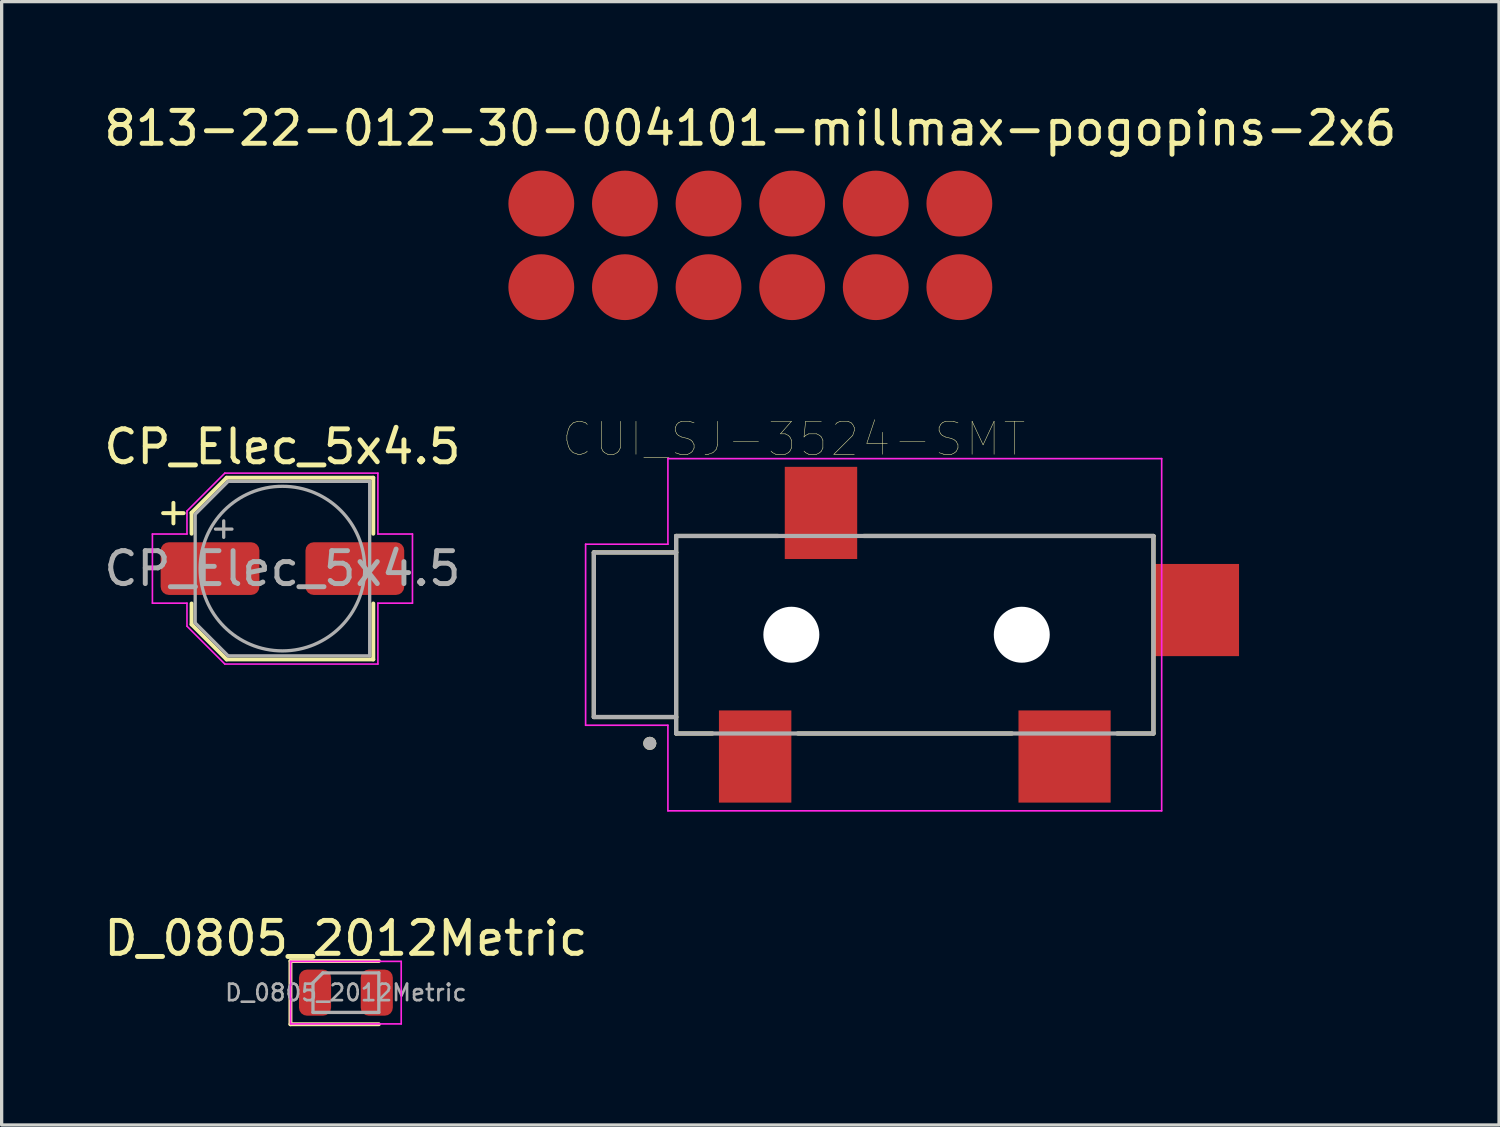
<source format=kicad_pcb>
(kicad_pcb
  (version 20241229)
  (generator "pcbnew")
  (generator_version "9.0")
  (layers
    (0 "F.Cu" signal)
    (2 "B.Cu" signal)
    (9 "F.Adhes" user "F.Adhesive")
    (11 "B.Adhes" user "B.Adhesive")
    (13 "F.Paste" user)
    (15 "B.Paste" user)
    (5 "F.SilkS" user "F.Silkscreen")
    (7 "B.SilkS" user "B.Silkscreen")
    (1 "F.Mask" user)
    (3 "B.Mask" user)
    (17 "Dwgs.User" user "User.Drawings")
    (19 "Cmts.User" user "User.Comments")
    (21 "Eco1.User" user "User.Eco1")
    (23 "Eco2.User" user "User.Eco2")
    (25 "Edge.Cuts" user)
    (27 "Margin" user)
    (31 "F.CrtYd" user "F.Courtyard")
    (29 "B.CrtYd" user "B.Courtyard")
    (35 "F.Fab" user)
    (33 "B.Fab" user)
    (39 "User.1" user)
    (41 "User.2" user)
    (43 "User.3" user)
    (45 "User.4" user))
  (footprint "CUI_SJ-3524-SMT"
    (layer "F.Cu")
    (at 20.99 16.232)
    (property "Reference" "CUI_SJ-3524-SMT" (at 0.075 -5.945 0) (layer "F.SilkS") (effects (font (size 1.002 1.002) (thickness 0.015))))
    (attr through_hole)
    (fp_line (start -6 -2.5) (end -6 2.5) (stroke (width 0.127) (type solid)) (layer "F.SilkS"))
    (fp_line (start -6 2.5) (end -3.5 2.5) (stroke (width 0.127) (type solid)) (layer "F.SilkS"))
    (fp_line (start -3.5 -3) (end -0.4 -3) (stroke (width 0.127) (type solid)) (layer "F.SilkS"))
    (fp_line (start -3.5 -2.5) (end -6 -2.5) (stroke (width 0.127) (type solid)) (layer "F.SilkS"))
    (fp_line (start -3.5 -2.5) (end -3.5 -3) (stroke (width 0.127) (type solid)) (layer "F.SilkS"))
    (fp_line (start -3.5 2.5) (end -3.5 -2.5) (stroke (width 0.127) (type solid)) (layer "F.SilkS"))
    (fp_line (start -3.5 3) (end -3.5 2.5) (stroke (width 0.127) (type solid)) (layer "F.SilkS"))
    (fp_line (start -3.5 3) (end -2.4 3) (stroke (width 0.127) (type solid)) (layer "F.SilkS"))
    (fp_line (start 0.2 3) (end 6.7 3) (stroke (width 0.127) (type solid)) (layer "F.SilkS"))
    (fp_line (start 2.2 -3) (end 11 -3) (stroke (width 0.127) (type solid)) (layer "F.SilkS"))
    (fp_line (start 9.9 3) (end 11 3) (stroke (width 0.127) (type solid)) (layer "F.SilkS"))
    (fp_line (start 11 -3) (end 11 3) (stroke (width 0.127) (type solid)) (layer "F.SilkS"))
    (fp_circle (center -4.3 3.3) (end -4.2 3.3) (stroke (width 0.2) (type solid)) (fill no) (layer "F.SilkS"))
    (fp_line (start -6.25 -2.75) (end -6.25 2.75) (stroke (width 0.05) (type solid)) (layer "F.CrtYd"))
    (fp_line (start -6.25 2.75) (end -3.75 2.75) (stroke (width 0.05) (type solid)) (layer "F.CrtYd"))
    (fp_line (start -3.75 -5.35) (end -3.75 -2.75) (stroke (width 0.05) (type solid)) (layer "F.CrtYd"))
    (fp_line (start -3.75 -5.35) (end 11.25 -5.35) (stroke (width 0.05) (type solid)) (layer "F.CrtYd"))
    (fp_line (start -3.75 -2.75) (end -6.25 -2.75) (stroke (width 0.05) (type solid)) (layer "F.CrtYd"))
    (fp_line (start -3.75 2.75) (end -3.75 5.35) (stroke (width 0.05) (type solid)) (layer "F.CrtYd"))
    (fp_line (start 11.25 -5.35) (end 11.25 5.35) (stroke (width 0.05) (type solid)) (layer "F.CrtYd"))
    (fp_line (start 11.25 5.35) (end -3.75 5.35) (stroke (width 0.05) (type solid)) (layer "F.CrtYd"))
    (fp_line (start -6 -2.5) (end -6 2.5) (stroke (width 0.127) (type solid)) (layer "F.Fab"))
    (fp_line (start -6 2.5) (end -3.5 2.5) (stroke (width 0.127) (type solid)) (layer "F.Fab"))
    (fp_line (start -3.5 -3) (end 11 -3) (stroke (width 0.127) (type solid)) (layer "F.Fab"))
    (fp_line (start -3.5 -2.5) (end -6 -2.5) (stroke (width 0.127) (type solid)) (layer "F.Fab"))
    (fp_line (start -3.5 3) (end -3.5 -3) (stroke (width 0.127) (type solid)) (layer "F.Fab"))
    (fp_line (start 11 -3) (end 11 3) (stroke (width 0.127) (type solid)) (layer "F.Fab"))
    (fp_line (start 11 3) (end -3.5 3) (stroke (width 0.127) (type solid)) (layer "F.Fab"))
    (fp_circle (center -4.3 3.3) (end -4.2 3.3) (stroke (width 0.2) (type solid)) (fill no) (layer "F.Fab"))
    (pad "" np_thru_hole circle (at 0 0) (size 1.7 1.7) (drill 1.7) (layers "*.Cu" "*.Mask"))
    (pad "" np_thru_hole circle (at 7 0) (size 1.7 1.7) (drill 1.7) (layers "*.Cu" "*.Mask"))
    (pad "1" smd rect (at -1.1 3.7) (size 2.2 2.8) (layers "F.Cu" "F.Mask" "F.Paste"))
    (pad "2" smd rect (at 8.3 3.7) (size 2.8 2.8) (layers "F.Cu" "F.Mask" "F.Paste"))
    (pad "3" smd rect (at 0.9 -3.7) (size 2.2 2.8) (layers "F.Cu" "F.Mask" "F.Paste"))
    (pad "4" smd rect (at 12.3 -0.75) (size 2.6 2.8) (layers "F.Cu" "F.Mask" "F.Paste")))
  (footprint "813-22-012-30-004101-millmax-pogopins-2x6"
    (layer "F.Cu")
    (at 19.744 4.404)
    (property "Reference" "813-22-012-30-004101-millmax-pogopins-2x6" (at 0 -3.556 0) (layer "F.SilkS") (effects (font (size 1 1) (thickness 0.15))))
    (attr smd)
    (pad "1" smd circle (at 6.35 1.27) (size 2 2) (layers "F.Cu" "F.Mask" "F.Paste"))
    (pad "2" smd circle (at 6.35 -1.27) (size 2 2) (layers "F.Cu" "F.Mask" "F.Paste"))
    (pad "3" smd circle (at 3.81 1.27) (size 2 2) (layers "F.Cu" "F.Mask" "F.Paste"))
    (pad "4" smd circle (at 3.81 -1.27) (size 2 2) (layers "F.Cu" "F.Mask" "F.Paste"))
    (pad "5" smd circle (at 1.27 1.27) (size 2 2) (layers "F.Cu" "F.Mask" "F.Paste"))
    (pad "6" smd circle (at 1.27 -1.27) (size 2 2) (layers "F.Cu" "F.Mask" "F.Paste"))
    (pad "7" smd circle (at -1.27 1.27) (size 2 2) (layers "F.Cu" "F.Mask" "F.Paste"))
    (pad "8" smd circle (at -1.27 -1.27) (size 2 2) (layers "F.Cu" "F.Mask" "F.Paste"))
    (pad "9" smd circle (at -3.81 1.27) (size 2 2) (layers "F.Cu" "F.Mask" "F.Paste"))
    (pad "10" smd circle (at -3.81 -1.27) (size 2 2) (layers "F.Cu" "F.Mask" "F.Paste"))
    (pad "11" smd circle (at -6.35 1.27) (size 2 2) (layers "F.Cu" "F.Mask" "F.Paste"))
    (pad "12" smd circle (at -6.35 -1.27) (size 2 2) (layers "F.Cu" "F.Mask" "F.Paste")))
  (footprint "CP_Elec_5x4.5"
    (layer "F.Cu")
    (at 5.53 14.223)
    (property "Reference" "CP_Elec_5x4.5" (at 0 -3.7 0) (layer "F.SilkS") (effects (font (size 1 1) (thickness 0.15))))
    (attr smd)
    (fp_line (start -3.625 -1.685) (end -3 -1.685) (stroke (width 0.12) (type solid)) (layer "F.SilkS"))
    (fp_line (start -3.312 -1.998) (end -3.312 -1.373) (stroke (width 0.12) (type solid)) (layer "F.SilkS"))
    (fp_line (start -2.76 -1.696) (end -2.76 -1.06) (stroke (width 0.12) (type solid)) (layer "F.SilkS"))
    (fp_line (start -2.76 -1.696) (end -1.696 -2.76) (stroke (width 0.12) (type solid)) (layer "F.SilkS"))
    (fp_line (start -2.76 1.696) (end -2.76 1.06) (stroke (width 0.12) (type solid)) (layer "F.SilkS"))
    (fp_line (start -2.76 1.696) (end -1.696 2.76) (stroke (width 0.12) (type solid)) (layer "F.SilkS"))
    (fp_line (start -1.696 -2.76) (end 2.76 -2.76) (stroke (width 0.12) (type solid)) (layer "F.SilkS"))
    (fp_line (start -1.696 2.76) (end 2.76 2.76) (stroke (width 0.12) (type solid)) (layer "F.SilkS"))
    (fp_line (start 2.76 -2.76) (end 2.76 -1.06) (stroke (width 0.12) (type solid)) (layer "F.SilkS"))
    (fp_line (start 2.76 2.76) (end 2.76 1.06) (stroke (width 0.12) (type solid)) (layer "F.SilkS"))
    (fp_line (start -3.95 -1.05) (end -3.95 1.05) (stroke (width 0.05) (type solid)) (layer "F.CrtYd"))
    (fp_line (start -3.95 1.05) (end -2.9 1.05) (stroke (width 0.05) (type solid)) (layer "F.CrtYd"))
    (fp_line (start -2.9 -1.75) (end -2.9 -1.05) (stroke (width 0.05) (type solid)) (layer "F.CrtYd"))
    (fp_line (start -2.9 -1.75) (end -1.75 -2.9) (stroke (width 0.05) (type solid)) (layer "F.CrtYd"))
    (fp_line (start -2.9 -1.05) (end -3.95 -1.05) (stroke (width 0.05) (type solid)) (layer "F.CrtYd"))
    (fp_line (start -2.9 1.05) (end -2.9 1.75) (stroke (width 0.05) (type solid)) (layer "F.CrtYd"))
    (fp_line (start -2.9 1.75) (end -1.75 2.9) (stroke (width 0.05) (type solid)) (layer "F.CrtYd"))
    (fp_line (start -1.75 -2.9) (end 2.9 -2.9) (stroke (width 0.05) (type solid)) (layer "F.CrtYd"))
    (fp_line (start -1.75 2.9) (end 2.9 2.9) (stroke (width 0.05) (type solid)) (layer "F.CrtYd"))
    (fp_line (start 2.9 -2.9) (end 2.9 -1.05) (stroke (width 0.05) (type solid)) (layer "F.CrtYd"))
    (fp_line (start 2.9 -1.05) (end 3.95 -1.05) (stroke (width 0.05) (type solid)) (layer "F.CrtYd"))
    (fp_line (start 2.9 1.05) (end 2.9 2.9) (stroke (width 0.05) (type solid)) (layer "F.CrtYd"))
    (fp_line (start 3.95 -1.05) (end 3.95 1.05) (stroke (width 0.05) (type solid)) (layer "F.CrtYd"))
    (fp_line (start 3.95 1.05) (end 2.9 1.05) (stroke (width 0.05) (type solid)) (layer "F.CrtYd"))
    (fp_line (start -2.65 -1.65) (end -2.65 1.65) (stroke (width 0.1) (type solid)) (layer "F.Fab"))
    (fp_line (start -2.65 -1.65) (end -1.65 -2.65) (stroke (width 0.1) (type solid)) (layer "F.Fab"))
    (fp_line (start -2.65 1.65) (end -1.65 2.65) (stroke (width 0.1) (type solid)) (layer "F.Fab"))
    (fp_line (start -2.034 -1.2) (end -1.534 -1.2) (stroke (width 0.1) (type solid)) (layer "F.Fab"))
    (fp_line (start -1.784 -1.45) (end -1.784 -0.95) (stroke (width 0.1) (type solid)) (layer "F.Fab"))
    (fp_line (start -1.65 -2.65) (end 2.65 -2.65) (stroke (width 0.1) (type solid)) (layer "F.Fab"))
    (fp_line (start -1.65 2.65) (end 2.65 2.65) (stroke (width 0.1) (type solid)) (layer "F.Fab"))
    (fp_line (start 2.65 -2.65) (end 2.65 2.65) (stroke (width 0.1) (type solid)) (layer "F.Fab"))
    (fp_circle (center 0 0) (end 2.5 0) (stroke (width 0.1) (type solid)) (fill no) (layer "F.Fab"))
    (fp_text user "${REFERENCE}" (at 0 0 0) (layer "F.Fab") (effects (font (size 1 1) (thickness 0.15))))
    (pad "1" smd roundrect (at -2.2 0) (size 3 1.6) (layers "F.Cu" "F.Mask" "F.Paste") (roundrect_rratio 0.156))
    (pad "2" smd roundrect (at 2.2 0) (size 3 1.6) (layers "F.Cu" "F.Mask" "F.Paste") (roundrect_rratio 0.156)))
  (footprint "D_0805_2012Metric"
    (layer "F.Cu")
    (at 7.458 27.105)
    (property "Reference" "D_0805_2012Metric" (at 0 -1.65 0) (layer "F.SilkS") (effects (font (size 1 1) (thickness 0.15))))
    (attr smd)
    (fp_line (start -1.685 -0.96) (end -1.685 0.96) (stroke (width 0.12) (type solid)) (layer "F.SilkS"))
    (fp_line (start -1.685 0.96) (end 1 0.96) (stroke (width 0.12) (type solid)) (layer "F.SilkS"))
    (fp_line (start 1 -0.96) (end -1.685 -0.96) (stroke (width 0.12) (type solid)) (layer "F.SilkS"))
    (fp_line (start -1.68 -0.95) (end 1.68 -0.95) (stroke (width 0.05) (type solid)) (layer "F.CrtYd"))
    (fp_line (start -1.68 0.95) (end -1.68 -0.95) (stroke (width 0.05) (type solid)) (layer "F.CrtYd"))
    (fp_line (start 1.68 -0.95) (end 1.68 0.95) (stroke (width 0.05) (type solid)) (layer "F.CrtYd"))
    (fp_line (start 1.68 0.95) (end -1.68 0.95) (stroke (width 0.05) (type solid)) (layer "F.CrtYd"))
    (fp_line (start -1 -0.3) (end -1 0.6) (stroke (width 0.1) (type solid)) (layer "F.Fab"))
    (fp_line (start -1 0.6) (end 1 0.6) (stroke (width 0.1) (type solid)) (layer "F.Fab"))
    (fp_line (start -0.7 -0.6) (end -1 -0.3) (stroke (width 0.1) (type solid)) (layer "F.Fab"))
    (fp_line (start 1 -0.6) (end -0.7 -0.6) (stroke (width 0.1) (type solid)) (layer "F.Fab"))
    (fp_line (start 1 0.6) (end 1 -0.6) (stroke (width 0.1) (type solid)) (layer "F.Fab"))
    (fp_text user "${REFERENCE}" (at 0 0 0) (layer "F.Fab") (effects (font (size 0.5 0.5) (thickness 0.08))))
    (pad "1" smd roundrect (at -0.938 0) (size 0.975 1.4) (layers "F.Cu" "F.Mask" "F.Paste") (roundrect_rratio 0.25))
    (pad "2" smd roundrect (at 0.938 0) (size 0.975 1.4) (layers "F.Cu" "F.Mask" "F.Paste") (roundrect_rratio 0.25)))
  (gr_rect
    (start -3 -3)
    (end 42.488 31.125)
    (stroke (width 0.1) (type default))
    (fill no)
    (layer "Edge.Cuts")))
</source>
